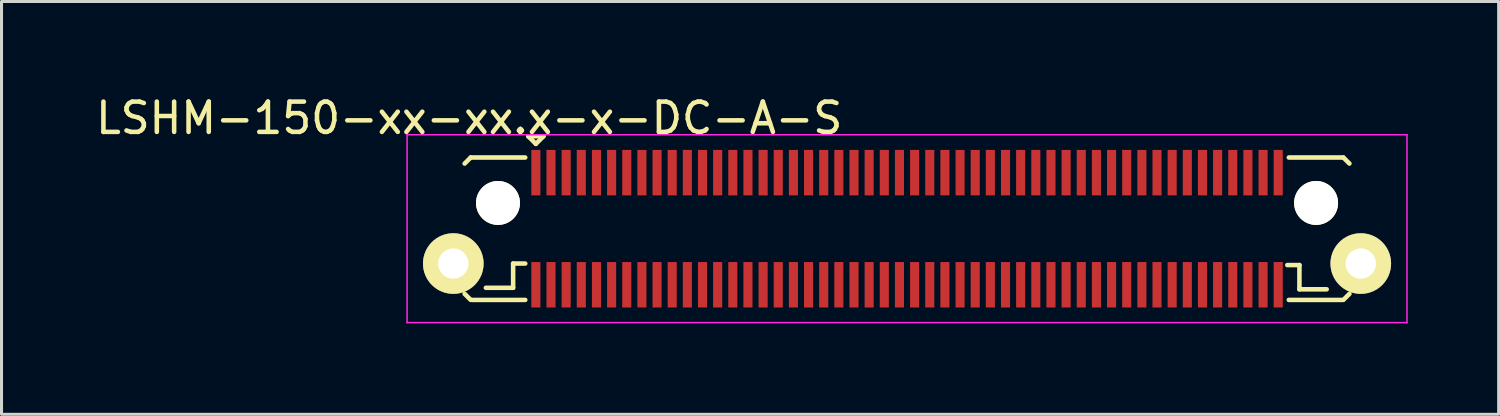
<source format=kicad_pcb>
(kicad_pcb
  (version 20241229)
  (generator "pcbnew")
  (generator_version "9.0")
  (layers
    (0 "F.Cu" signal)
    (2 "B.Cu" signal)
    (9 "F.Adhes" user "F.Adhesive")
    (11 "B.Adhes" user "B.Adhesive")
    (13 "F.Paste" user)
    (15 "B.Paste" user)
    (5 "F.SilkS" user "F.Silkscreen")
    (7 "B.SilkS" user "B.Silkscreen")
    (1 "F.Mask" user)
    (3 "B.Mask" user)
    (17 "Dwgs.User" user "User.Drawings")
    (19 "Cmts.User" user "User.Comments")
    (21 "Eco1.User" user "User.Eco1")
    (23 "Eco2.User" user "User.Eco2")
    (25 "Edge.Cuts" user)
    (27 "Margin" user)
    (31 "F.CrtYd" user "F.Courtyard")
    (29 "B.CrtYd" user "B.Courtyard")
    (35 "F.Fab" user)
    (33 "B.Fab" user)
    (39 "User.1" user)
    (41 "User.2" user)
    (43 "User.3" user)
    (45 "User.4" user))
  (footprint "LSHM-150-xx-xx.x-x-DC-A-S"
    (layer "F.Cu")
    (at 26.885 4.498)
    (property "Reference" "LSHM-150-xx-xx.x-x-DC-A-S" (at -14.45 -3.65 0) (layer "F.SilkS") (effects (font (size 1 1) (thickness 0.15))))
    (attr smd)
    (fp_line (start -14.4 -2.35) (end -14.6 -2.15) (stroke (width 0.15) (type solid)) (layer "F.SilkS"))
    (fp_line (start -14.4 -2.35) (end -12.6 -2.35) (stroke (width 0.15) (type solid)) (layer "F.SilkS"))
    (fp_line (start -14.4 2.35) (end -14.6 2.15) (stroke (width 0.15) (type solid)) (layer "F.SilkS"))
    (fp_line (start -14.35 2.35) (end -12.6 2.35) (stroke (width 0.15) (type solid)) (layer "F.SilkS"))
    (fp_line (start -13 1.15) (end -12.6 1.15) (stroke (width 0.15) (type solid)) (layer "F.SilkS"))
    (fp_line (start -13 1.95) (end -13.9 1.95) (stroke (width 0.15) (type solid)) (layer "F.SilkS"))
    (fp_line (start -13 1.95) (end -13 1.15) (stroke (width 0.15) (type solid)) (layer "F.SilkS"))
    (fp_line (start -12.5 -3.05) (end -12.25 -2.8) (stroke (width 0.15) (type solid)) (layer "F.SilkS"))
    (fp_line (start -12.25 -2.8) (end -12 -3.05) (stroke (width 0.15) (type solid)) (layer "F.SilkS"))
    (fp_line (start -12 -3.05) (end -12.5 -3.05) (stroke (width 0.15) (type solid)) (layer "F.SilkS"))
    (fp_line (start 12.55 1.2) (end 12.95 1.2) (stroke (width 0.15) (type solid)) (layer "F.SilkS"))
    (fp_line (start 12.6 -2.35) (end 14.4 -2.35) (stroke (width 0.15) (type solid)) (layer "F.SilkS"))
    (fp_line (start 12.6 2.35) (end 14.35 2.35) (stroke (width 0.15) (type solid)) (layer "F.SilkS"))
    (fp_line (start 12.95 2) (end 12.95 1.2) (stroke (width 0.15) (type solid)) (layer "F.SilkS"))
    (fp_line (start 13.85 2) (end 12.95 2) (stroke (width 0.15) (type solid)) (layer "F.SilkS"))
    (fp_line (start 14.4 -2.35) (end 14.6 -2.15) (stroke (width 0.15) (type solid)) (layer "F.SilkS"))
    (fp_line (start 14.4 2.35) (end 14.6 2.15) (stroke (width 0.15) (type solid)) (layer "F.SilkS"))
    (fp_line (start -16.5 -3.1) (end 16.5 -3.1) (stroke (width 0.05) (type solid)) (layer "F.CrtYd"))
    (fp_line (start -16.5 3.1) (end -16.5 -3.1) (stroke (width 0.05) (type solid)) (layer "F.CrtYd"))
    (fp_line (start -16.5 3.1) (end 16.5 3.1) (stroke (width 0.05) (type solid)) (layer "F.CrtYd"))
    (fp_line (start 16.5 3.1) (end 16.5 -3.1) (stroke (width 0.05) (type solid)) (layer "F.CrtYd"))
    (pad "" np_thru_hole circle (at -13.5 -0.85) (size 1.45 1.45) (drill 1.45) (layers "*.Cu" "*.Mask" "F.SilkS"))
    (pad "" np_thru_hole circle (at 13.5 -0.85) (size 1.45 1.45) (drill 1.45) (layers "*.Cu" "*.Mask" "F.SilkS"))
    (pad "1" smd rect (at -12.25 -1.85) (size 0.3 1.5) (layers "F.Cu" "F.Mask" "F.Paste"))
    (pad "2" smd rect (at -12.25 1.85) (size 0.3 1.5) (layers "F.Cu" "F.Mask" "F.Paste"))
    (pad "3" smd rect (at -11.75 -1.85) (size 0.3 1.5) (layers "F.Cu" "F.Mask" "F.Paste"))
    (pad "4" smd rect (at -11.75 1.85) (size 0.3 1.5) (layers "F.Cu" "F.Mask" "F.Paste"))
    (pad "5" smd rect (at -11.25 -1.85) (size 0.3 1.5) (layers "F.Cu" "F.Mask" "F.Paste"))
    (pad "6" smd rect (at -11.25 1.85) (size 0.3 1.5) (layers "F.Cu" "F.Mask" "F.Paste"))
    (pad "7" smd rect (at -10.75 -1.85) (size 0.3 1.5) (layers "F.Cu" "F.Mask" "F.Paste"))
    (pad "8" smd rect (at -10.75 1.85) (size 0.3 1.5) (layers "F.Cu" "F.Mask" "F.Paste"))
    (pad "9" smd rect (at -10.25 -1.85) (size 0.3 1.5) (layers "F.Cu" "F.Mask" "F.Paste"))
    (pad "10" smd rect (at -10.25 1.85) (size 0.3 1.5) (layers "F.Cu" "F.Mask" "F.Paste"))
    (pad "11" smd rect (at -9.75 -1.85) (size 0.3 1.5) (layers "F.Cu" "F.Mask" "F.Paste"))
    (pad "12" smd rect (at -9.75 1.85) (size 0.3 1.5) (layers "F.Cu" "F.Mask" "F.Paste"))
    (pad "13" smd rect (at -9.25 -1.85) (size 0.3 1.5) (layers "F.Cu" "F.Mask" "F.Paste"))
    (pad "14" smd rect (at -9.25 1.85) (size 0.3 1.5) (layers "F.Cu" "F.Mask" "F.Paste"))
    (pad "15" smd rect (at -8.75 -1.85) (size 0.3 1.5) (layers "F.Cu" "F.Mask" "F.Paste"))
    (pad "16" smd rect (at -8.75 1.85) (size 0.3 1.5) (layers "F.Cu" "F.Mask" "F.Paste"))
    (pad "17" smd rect (at -8.25 -1.85) (size 0.3 1.5) (layers "F.Cu" "F.Mask" "F.Paste"))
    (pad "18" smd rect (at -8.25 1.85) (size 0.3 1.5) (layers "F.Cu" "F.Mask" "F.Paste"))
    (pad "19" smd rect (at -7.75 -1.85) (size 0.3 1.5) (layers "F.Cu" "F.Mask" "F.Paste"))
    (pad "20" smd rect (at -7.75 1.85) (size 0.3 1.5) (layers "F.Cu" "F.Mask" "F.Paste"))
    (pad "21" smd rect (at -7.25 -1.85) (size 0.3 1.5) (layers "F.Cu" "F.Mask" "F.Paste"))
    (pad "22" smd rect (at -7.25 1.85) (size 0.3 1.5) (layers "F.Cu" "F.Mask" "F.Paste"))
    (pad "23" smd rect (at -6.75 -1.85) (size 0.3 1.5) (layers "F.Cu" "F.Mask" "F.Paste"))
    (pad "24" smd rect (at -6.75 1.85) (size 0.3 1.5) (layers "F.Cu" "F.Mask" "F.Paste"))
    (pad "25" smd rect (at -6.25 -1.85) (size 0.3 1.5) (layers "F.Cu" "F.Mask" "F.Paste"))
    (pad "26" smd rect (at -6.25 1.85) (size 0.3 1.5) (layers "F.Cu" "F.Mask" "F.Paste"))
    (pad "27" smd rect (at -5.75 -1.85) (size 0.3 1.5) (layers "F.Cu" "F.Mask" "F.Paste"))
    (pad "28" smd rect (at -5.75 1.85) (size 0.3 1.5) (layers "F.Cu" "F.Mask" "F.Paste"))
    (pad "29" smd rect (at -5.25 -1.85) (size 0.3 1.5) (layers "F.Cu" "F.Mask" "F.Paste"))
    (pad "30" smd rect (at -5.25 1.85) (size 0.3 1.5) (layers "F.Cu" "F.Mask" "F.Paste"))
    (pad "31" smd rect (at -4.75 -1.85) (size 0.3 1.5) (layers "F.Cu" "F.Mask" "F.Paste"))
    (pad "32" smd rect (at -4.75 1.85) (size 0.3 1.5) (layers "F.Cu" "F.Mask" "F.Paste"))
    (pad "33" smd rect (at -4.25 -1.85) (size 0.3 1.5) (layers "F.Cu" "F.Mask" "F.Paste"))
    (pad "34" smd rect (at -4.25 1.85) (size 0.3 1.5) (layers "F.Cu" "F.Mask" "F.Paste"))
    (pad "35" smd rect (at -3.75 -1.85) (size 0.3 1.5) (layers "F.Cu" "F.Mask" "F.Paste"))
    (pad "36" smd rect (at -3.75 1.85) (size 0.3 1.5) (layers "F.Cu" "F.Mask" "F.Paste"))
    (pad "37" smd rect (at -3.25 -1.85) (size 0.3 1.5) (layers "F.Cu" "F.Mask" "F.Paste"))
    (pad "38" smd rect (at -3.25 1.85) (size 0.3 1.5) (layers "F.Cu" "F.Mask" "F.Paste"))
    (pad "39" smd rect (at -2.75 -1.85) (size 0.3 1.5) (layers "F.Cu" "F.Mask" "F.Paste"))
    (pad "40" smd rect (at -2.75 1.85) (size 0.3 1.5) (layers "F.Cu" "F.Mask" "F.Paste"))
    (pad "41" smd rect (at -2.25 -1.85) (size 0.3 1.5) (layers "F.Cu" "F.Mask" "F.Paste"))
    (pad "42" smd rect (at -2.25 1.85) (size 0.3 1.5) (layers "F.Cu" "F.Mask" "F.Paste"))
    (pad "43" smd rect (at -1.75 -1.85) (size 0.3 1.5) (layers "F.Cu" "F.Mask" "F.Paste"))
    (pad "44" smd rect (at -1.75 1.85) (size 0.3 1.5) (layers "F.Cu" "F.Mask" "F.Paste"))
    (pad "45" smd rect (at -1.25 -1.85) (size 0.3 1.5) (layers "F.Cu" "F.Mask" "F.Paste"))
    (pad "46" smd rect (at -1.25 1.85) (size 0.3 1.5) (layers "F.Cu" "F.Mask" "F.Paste"))
    (pad "47" smd rect (at -0.75 -1.85) (size 0.3 1.5) (layers "F.Cu" "F.Mask" "F.Paste"))
    (pad "48" smd rect (at -0.75 1.85) (size 0.3 1.5) (layers "F.Cu" "F.Mask" "F.Paste"))
    (pad "49" smd rect (at -0.25 -1.85) (size 0.3 1.5) (layers "F.Cu" "F.Mask" "F.Paste"))
    (pad "50" smd rect (at -0.25 1.85) (size 0.3 1.5) (layers "F.Cu" "F.Mask" "F.Paste"))
    (pad "51" smd rect (at 0.25 -1.85) (size 0.3 1.5) (layers "F.Cu" "F.Mask" "F.Paste"))
    (pad "52" smd rect (at 0.25 1.85) (size 0.3 1.5) (layers "F.Cu" "F.Mask" "F.Paste"))
    (pad "53" smd rect (at 0.75 -1.85) (size 0.3 1.5) (layers "F.Cu" "F.Mask" "F.Paste"))
    (pad "54" smd rect (at 0.75 1.85) (size 0.3 1.5) (layers "F.Cu" "F.Mask" "F.Paste"))
    (pad "55" smd rect (at 1.25 -1.85) (size 0.3 1.5) (layers "F.Cu" "F.Mask" "F.Paste"))
    (pad "56" smd rect (at 1.25 1.85) (size 0.3 1.5) (layers "F.Cu" "F.Mask" "F.Paste"))
    (pad "57" smd rect (at 1.75 -1.85) (size 0.3 1.5) (layers "F.Cu" "F.Mask" "F.Paste"))
    (pad "58" smd rect (at 1.75 1.85) (size 0.3 1.5) (layers "F.Cu" "F.Mask" "F.Paste"))
    (pad "59" smd rect (at 2.25 -1.85) (size 0.3 1.5) (layers "F.Cu" "F.Mask" "F.Paste"))
    (pad "60" smd rect (at 2.25 1.85) (size 0.3 1.5) (layers "F.Cu" "F.Mask" "F.Paste"))
    (pad "61" smd rect (at 2.75 -1.85) (size 0.3 1.5) (layers "F.Cu" "F.Mask" "F.Paste"))
    (pad "62" smd rect (at 2.75 1.85) (size 0.3 1.5) (layers "F.Cu" "F.Mask" "F.Paste"))
    (pad "63" smd rect (at 3.25 -1.85) (size 0.3 1.5) (layers "F.Cu" "F.Mask" "F.Paste"))
    (pad "64" smd rect (at 3.25 1.85) (size 0.3 1.5) (layers "F.Cu" "F.Mask" "F.Paste"))
    (pad "65" smd rect (at 3.75 -1.85) (size 0.3 1.5) (layers "F.Cu" "F.Mask" "F.Paste"))
    (pad "66" smd rect (at 3.75 1.85) (size 0.3 1.5) (layers "F.Cu" "F.Mask" "F.Paste"))
    (pad "67" smd rect (at 4.25 -1.85) (size 0.3 1.5) (layers "F.Cu" "F.Mask" "F.Paste"))
    (pad "68" smd rect (at 4.25 1.85) (size 0.3 1.5) (layers "F.Cu" "F.Mask" "F.Paste"))
    (pad "69" smd rect (at 4.75 -1.85) (size 0.3 1.5) (layers "F.Cu" "F.Mask" "F.Paste"))
    (pad "70" smd rect (at 4.75 1.85) (size 0.3 1.5) (layers "F.Cu" "F.Mask" "F.Paste"))
    (pad "71" smd rect (at 5.25 -1.85) (size 0.3 1.5) (layers "F.Cu" "F.Mask" "F.Paste"))
    (pad "72" smd rect (at 5.25 1.85) (size 0.3 1.5) (layers "F.Cu" "F.Mask" "F.Paste"))
    (pad "73" smd rect (at 5.75 -1.85) (size 0.3 1.5) (layers "F.Cu" "F.Mask" "F.Paste"))
    (pad "74" smd rect (at 5.75 1.85) (size 0.3 1.5) (layers "F.Cu" "F.Mask" "F.Paste"))
    (pad "75" smd rect (at 6.25 -1.85) (size 0.3 1.5) (layers "F.Cu" "F.Mask" "F.Paste"))
    (pad "76" smd rect (at 6.25 1.85) (size 0.3 1.5) (layers "F.Cu" "F.Mask" "F.Paste"))
    (pad "77" smd rect (at 6.75 -1.85) (size 0.3 1.5) (layers "F.Cu" "F.Mask" "F.Paste"))
    (pad "78" smd rect (at 6.75 1.85) (size 0.3 1.5) (layers "F.Cu" "F.Mask" "F.Paste"))
    (pad "79" smd rect (at 7.25 -1.85) (size 0.3 1.5) (layers "F.Cu" "F.Mask" "F.Paste"))
    (pad "80" smd rect (at 7.25 1.85) (size 0.3 1.5) (layers "F.Cu" "F.Mask" "F.Paste"))
    (pad "81" smd rect (at 7.75 -1.85) (size 0.3 1.5) (layers "F.Cu" "F.Mask" "F.Paste"))
    (pad "82" smd rect (at 7.75 1.85) (size 0.3 1.5) (layers "F.Cu" "F.Mask" "F.Paste"))
    (pad "83" smd rect (at 8.25 -1.85) (size 0.3 1.5) (layers "F.Cu" "F.Mask" "F.Paste"))
    (pad "84" smd rect (at 8.25 1.85) (size 0.3 1.5) (layers "F.Cu" "F.Mask" "F.Paste"))
    (pad "85" smd rect (at 8.75 -1.85) (size 0.3 1.5) (layers "F.Cu" "F.Mask" "F.Paste"))
    (pad "86" smd rect (at 8.75 1.85) (size 0.3 1.5) (layers "F.Cu" "F.Mask" "F.Paste"))
    (pad "87" smd rect (at 9.25 -1.85) (size 0.3 1.5) (layers "F.Cu" "F.Mask" "F.Paste"))
    (pad "88" smd rect (at 9.25 1.85) (size 0.3 1.5) (layers "F.Cu" "F.Mask" "F.Paste"))
    (pad "89" smd rect (at 9.75 -1.85) (size 0.3 1.5) (layers "F.Cu" "F.Mask" "F.Paste"))
    (pad "90" smd rect (at 9.75 1.85) (size 0.3 1.5) (layers "F.Cu" "F.Mask" "F.Paste"))
    (pad "91" smd rect (at 10.25 -1.85) (size 0.3 1.5) (layers "F.Cu" "F.Mask" "F.Paste"))
    (pad "92" smd rect (at 10.25 1.85) (size 0.3 1.5) (layers "F.Cu" "F.Mask" "F.Paste"))
    (pad "93" smd rect (at 10.75 -1.85) (size 0.3 1.5) (layers "F.Cu" "F.Mask" "F.Paste"))
    (pad "94" smd rect (at 10.75 1.85) (size 0.3 1.5) (layers "F.Cu" "F.Mask" "F.Paste"))
    (pad "95" smd rect (at 11.25 -1.85) (size 0.3 1.5) (layers "F.Cu" "F.Mask" "F.Paste"))
    (pad "96" smd rect (at 11.25 1.85) (size 0.3 1.5) (layers "F.Cu" "F.Mask" "F.Paste"))
    (pad "97" smd rect (at 11.75 -1.85) (size 0.3 1.5) (layers "F.Cu" "F.Mask" "F.Paste"))
    (pad "98" smd rect (at 11.75 1.85) (size 0.3 1.5) (layers "F.Cu" "F.Mask" "F.Paste"))
    (pad "99" smd rect (at 12.25 -1.85) (size 0.3 1.5) (layers "F.Cu" "F.Mask" "F.Paste"))
    (pad "100" smd rect (at 12.25 1.85) (size 0.3 1.5) (layers "F.Cu" "F.Mask" "F.Paste"))
    (pad "101" thru_hole circle (at -14.975 1.15) (size 2 2) (drill 1) (layers "*.Cu" "*.Mask" "F.SilkS"))
    (pad "101" thru_hole circle (at 14.975 1.15) (size 2 2) (drill 1) (layers "*.Cu" "*.Mask" "F.SilkS")))
  (gr_rect
    (start -3 -3)
    (end 46.41 10.623)
    (stroke (width 0.1) (type default))
    (fill no)
    (layer "Edge.Cuts")))
</source>
